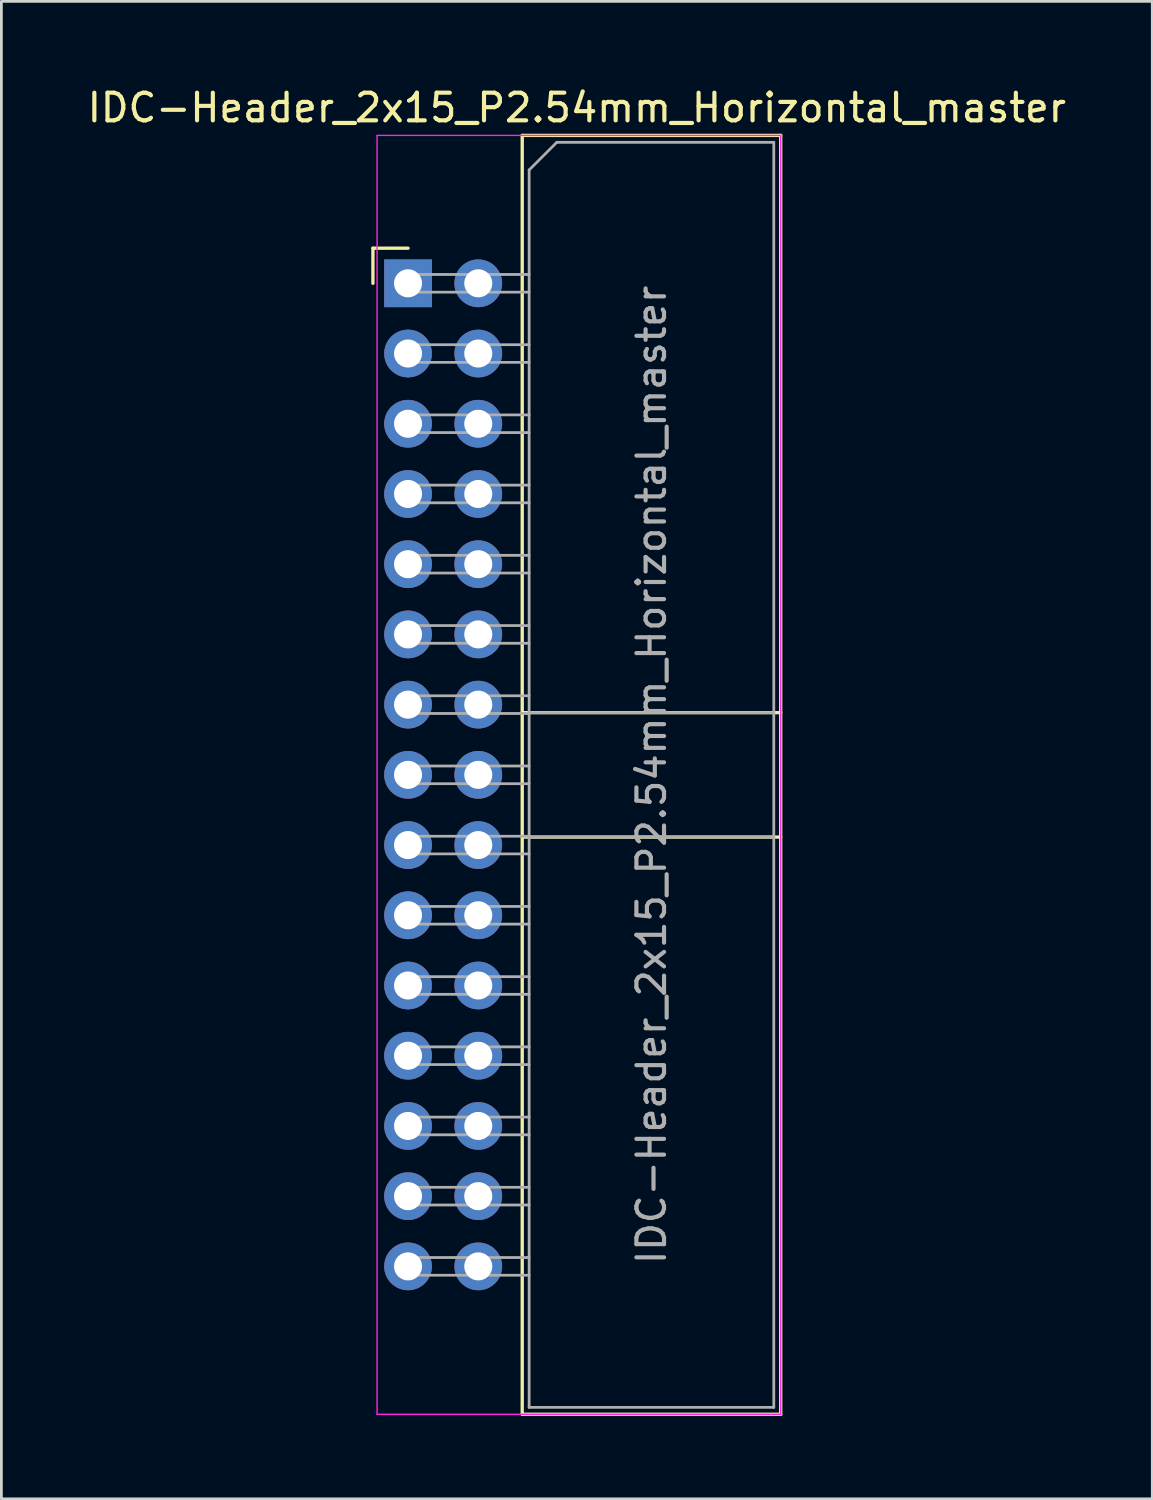
<source format=kicad_pcb>
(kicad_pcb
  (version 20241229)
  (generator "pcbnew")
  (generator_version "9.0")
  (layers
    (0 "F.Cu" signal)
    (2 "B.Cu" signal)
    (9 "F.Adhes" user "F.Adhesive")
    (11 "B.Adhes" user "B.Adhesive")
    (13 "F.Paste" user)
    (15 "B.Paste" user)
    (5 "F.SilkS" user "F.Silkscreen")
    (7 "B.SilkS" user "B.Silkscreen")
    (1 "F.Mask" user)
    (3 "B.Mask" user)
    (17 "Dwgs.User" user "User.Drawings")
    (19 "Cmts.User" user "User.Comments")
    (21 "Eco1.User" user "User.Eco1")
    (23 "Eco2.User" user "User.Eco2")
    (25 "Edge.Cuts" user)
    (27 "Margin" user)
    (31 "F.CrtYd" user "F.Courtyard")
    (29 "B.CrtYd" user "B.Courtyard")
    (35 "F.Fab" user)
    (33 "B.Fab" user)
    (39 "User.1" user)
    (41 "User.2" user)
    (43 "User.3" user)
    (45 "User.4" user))
  (footprint "IDC-Header_2x15_P2.54mm_Horizontal_master"
    (layer "F.Cu")
    (at 11.71 7.198)
    (property "Reference" "IDC-Header_2x15_P2.54mm_Horizontal_master" (at 6.105 -6.35 0) (layer "F.SilkS") (effects (font (size 1 1) (thickness 0.15))))
    (attr through_hole)
    (fp_line (start -1.27 -1.27) (end -1.27 0) (stroke (width 0.12) (type solid)) (layer "F.SilkS"))
    (fp_line (start 0 -1.27) (end -1.27 -1.27) (stroke (width 0.12) (type solid)) (layer "F.SilkS"))
    (fp_line (start 4.13 -5.35) (end 13.48 -5.35) (stroke (width 0.12) (type solid)) (layer "F.SilkS"))
    (fp_line (start 4.13 15.53) (end 13.48 15.53) (stroke (width 0.12) (type solid)) (layer "F.SilkS"))
    (fp_line (start 4.13 20.03) (end 13.48 20.03) (stroke (width 0.12) (type solid)) (layer "F.SilkS"))
    (fp_line (start 4.13 40.91) (end 4.13 -5.35) (stroke (width 0.12) (type solid)) (layer "F.SilkS"))
    (fp_line (start 4.13 40.91) (end 13.48 40.91) (stroke (width 0.12) (type solid)) (layer "F.SilkS"))
    (fp_line (start 13.48 -5.35) (end 13.48 40.91) (stroke (width 0.12) (type solid)) (layer "F.SilkS"))
    (fp_line (start -1.12 -5.35) (end 13.48 -5.35) (stroke (width 0.05) (type solid)) (layer "F.CrtYd"))
    (fp_line (start -1.12 40.91) (end -1.12 -5.35) (stroke (width 0.05) (type solid)) (layer "F.CrtYd"))
    (fp_line (start 13.48 -5.35) (end 13.48 40.91) (stroke (width 0.05) (type solid)) (layer "F.CrtYd"))
    (fp_line (start 13.48 40.91) (end -1.12 40.91) (stroke (width 0.05) (type solid)) (layer "F.CrtYd"))
    (fp_line (start -0.32 -0.32) (end -0.32 0.32) (stroke (width 0.1) (type solid)) (layer "F.Fab"))
    (fp_line (start -0.32 0.32) (end 4.38 0.32) (stroke (width 0.1) (type solid)) (layer "F.Fab"))
    (fp_line (start -0.32 2.22) (end -0.32 2.86) (stroke (width 0.1) (type solid)) (layer "F.Fab"))
    (fp_line (start -0.32 2.86) (end 4.38 2.86) (stroke (width 0.1) (type solid)) (layer "F.Fab"))
    (fp_line (start -0.32 4.76) (end -0.32 5.4) (stroke (width 0.1) (type solid)) (layer "F.Fab"))
    (fp_line (start -0.32 5.4) (end 4.38 5.4) (stroke (width 0.1) (type solid)) (layer "F.Fab"))
    (fp_line (start -0.32 7.3) (end -0.32 7.94) (stroke (width 0.1) (type solid)) (layer "F.Fab"))
    (fp_line (start -0.32 7.94) (end 4.38 7.94) (stroke (width 0.1) (type solid)) (layer "F.Fab"))
    (fp_line (start -0.32 9.84) (end -0.32 10.48) (stroke (width 0.1) (type solid)) (layer "F.Fab"))
    (fp_line (start -0.32 10.48) (end 4.38 10.48) (stroke (width 0.1) (type solid)) (layer "F.Fab"))
    (fp_line (start -0.32 12.38) (end -0.32 13.02) (stroke (width 0.1) (type solid)) (layer "F.Fab"))
    (fp_line (start -0.32 13.02) (end 4.38 13.02) (stroke (width 0.1) (type solid)) (layer "F.Fab"))
    (fp_line (start -0.32 14.92) (end -0.32 15.56) (stroke (width 0.1) (type solid)) (layer "F.Fab"))
    (fp_line (start -0.32 15.56) (end 4.38 15.56) (stroke (width 0.1) (type solid)) (layer "F.Fab"))
    (fp_line (start -0.32 17.46) (end -0.32 18.1) (stroke (width 0.1) (type solid)) (layer "F.Fab"))
    (fp_line (start -0.32 18.1) (end 4.38 18.1) (stroke (width 0.1) (type solid)) (layer "F.Fab"))
    (fp_line (start -0.32 20) (end -0.32 20.64) (stroke (width 0.1) (type solid)) (layer "F.Fab"))
    (fp_line (start -0.32 20.64) (end 4.38 20.64) (stroke (width 0.1) (type solid)) (layer "F.Fab"))
    (fp_line (start -0.32 22.54) (end -0.32 23.18) (stroke (width 0.1) (type solid)) (layer "F.Fab"))
    (fp_line (start -0.32 23.18) (end 4.38 23.18) (stroke (width 0.1) (type solid)) (layer "F.Fab"))
    (fp_line (start -0.32 25.08) (end -0.32 25.72) (stroke (width 0.1) (type solid)) (layer "F.Fab"))
    (fp_line (start -0.32 25.72) (end 4.38 25.72) (stroke (width 0.1) (type solid)) (layer "F.Fab"))
    (fp_line (start -0.32 27.62) (end -0.32 28.26) (stroke (width 0.1) (type solid)) (layer "F.Fab"))
    (fp_line (start -0.32 28.26) (end 4.38 28.26) (stroke (width 0.1) (type solid)) (layer "F.Fab"))
    (fp_line (start -0.32 30.16) (end -0.32 30.8) (stroke (width 0.1) (type solid)) (layer "F.Fab"))
    (fp_line (start -0.32 30.8) (end 4.38 30.8) (stroke (width 0.1) (type solid)) (layer "F.Fab"))
    (fp_line (start -0.32 32.7) (end -0.32 33.34) (stroke (width 0.1) (type solid)) (layer "F.Fab"))
    (fp_line (start -0.32 33.34) (end 4.38 33.34) (stroke (width 0.1) (type solid)) (layer "F.Fab"))
    (fp_line (start -0.32 35.24) (end -0.32 35.88) (stroke (width 0.1) (type solid)) (layer "F.Fab"))
    (fp_line (start -0.32 35.88) (end 4.38 35.88) (stroke (width 0.1) (type solid)) (layer "F.Fab"))
    (fp_line (start 4.38 -4.1) (end 5.38 -5.1) (stroke (width 0.1) (type solid)) (layer "F.Fab"))
    (fp_line (start 4.38 -0.32) (end -0.32 -0.32) (stroke (width 0.1) (type solid)) (layer "F.Fab"))
    (fp_line (start 4.38 2.22) (end -0.32 2.22) (stroke (width 0.1) (type solid)) (layer "F.Fab"))
    (fp_line (start 4.38 4.76) (end -0.32 4.76) (stroke (width 0.1) (type solid)) (layer "F.Fab"))
    (fp_line (start 4.38 7.3) (end -0.32 7.3) (stroke (width 0.1) (type solid)) (layer "F.Fab"))
    (fp_line (start 4.38 9.84) (end -0.32 9.84) (stroke (width 0.1) (type solid)) (layer "F.Fab"))
    (fp_line (start 4.38 12.38) (end -0.32 12.38) (stroke (width 0.1) (type solid)) (layer "F.Fab"))
    (fp_line (start 4.38 14.92) (end -0.32 14.92) (stroke (width 0.1) (type solid)) (layer "F.Fab"))
    (fp_line (start 4.38 15.53) (end 13.23 15.53) (stroke (width 0.1) (type solid)) (layer "F.Fab"))
    (fp_line (start 4.38 17.46) (end -0.32 17.46) (stroke (width 0.1) (type solid)) (layer "F.Fab"))
    (fp_line (start 4.38 20) (end -0.32 20) (stroke (width 0.1) (type solid)) (layer "F.Fab"))
    (fp_line (start 4.38 20.03) (end 13.23 20.03) (stroke (width 0.1) (type solid)) (layer "F.Fab"))
    (fp_line (start 4.38 22.54) (end -0.32 22.54) (stroke (width 0.1) (type solid)) (layer "F.Fab"))
    (fp_line (start 4.38 25.08) (end -0.32 25.08) (stroke (width 0.1) (type solid)) (layer "F.Fab"))
    (fp_line (start 4.38 27.62) (end -0.32 27.62) (stroke (width 0.1) (type solid)) (layer "F.Fab"))
    (fp_line (start 4.38 30.16) (end -0.32 30.16) (stroke (width 0.1) (type solid)) (layer "F.Fab"))
    (fp_line (start 4.38 32.7) (end -0.32 32.7) (stroke (width 0.1) (type solid)) (layer "F.Fab"))
    (fp_line (start 4.38 35.24) (end -0.32 35.24) (stroke (width 0.1) (type solid)) (layer "F.Fab"))
    (fp_line (start 4.38 40.66) (end 4.38 -4.1) (stroke (width 0.1) (type solid)) (layer "F.Fab"))
    (fp_line (start 4.38 40.66) (end 13.23 40.66) (stroke (width 0.1) (type solid)) (layer "F.Fab"))
    (fp_line (start 5.38 -5.1) (end 13.23 -5.1) (stroke (width 0.1) (type solid)) (layer "F.Fab"))
    (fp_line (start 13.23 40.66) (end 13.23 -5.1) (stroke (width 0.1) (type solid)) (layer "F.Fab"))
    (fp_text user "${REFERENCE}" (at 8.805 17.78 90) (layer "F.Fab") (effects (font (size 1 1) (thickness 0.15))))
    (pad "1" thru_hole rect (at 0 0) (size 1.727 1.727) (drill 1.016) (layers "*.Cu" "*.Mask"))
    (pad "2" thru_hole oval (at 2.54 0) (size 1.727 1.727) (drill 1.016) (layers "*.Cu" "*.Mask"))
    (pad "3" thru_hole oval (at 0 2.54) (size 1.727 1.727) (drill 1.016) (layers "*.Cu" "*.Mask"))
    (pad "4" thru_hole oval (at 2.54 2.54) (size 1.727 1.727) (drill 1.016) (layers "*.Cu" "*.Mask"))
    (pad "5" thru_hole oval (at 0 5.08) (size 1.727 1.727) (drill 1.016) (layers "*.Cu" "*.Mask"))
    (pad "6" thru_hole oval (at 2.54 5.08) (size 1.727 1.727) (drill 1.016) (layers "*.Cu" "*.Mask"))
    (pad "7" thru_hole oval (at 0 7.62) (size 1.727 1.727) (drill 1.016) (layers "*.Cu" "*.Mask"))
    (pad "8" thru_hole oval (at 2.54 7.62) (size 1.727 1.727) (drill 1.016) (layers "*.Cu" "*.Mask"))
    (pad "9" thru_hole oval (at 0 10.16) (size 1.727 1.727) (drill 1.016) (layers "*.Cu" "*.Mask"))
    (pad "10" thru_hole oval (at 2.54 10.16) (size 1.727 1.727) (drill 1.016) (layers "*.Cu" "*.Mask"))
    (pad "11" thru_hole oval (at 0 12.7) (size 1.727 1.727) (drill 1.016) (layers "*.Cu" "*.Mask"))
    (pad "12" thru_hole oval (at 2.54 12.7) (size 1.727 1.727) (drill 1.016) (layers "*.Cu" "*.Mask"))
    (pad "13" thru_hole oval (at 0 15.24) (size 1.727 1.727) (drill 1.016) (layers "*.Cu" "*.Mask"))
    (pad "14" thru_hole oval (at 2.54 15.24) (size 1.727 1.727) (drill 1.016) (layers "*.Cu" "*.Mask"))
    (pad "15" thru_hole oval (at 0 17.78) (size 1.727 1.727) (drill 1.016) (layers "*.Cu" "*.Mask"))
    (pad "16" thru_hole oval (at 2.54 17.78) (size 1.727 1.727) (drill 1.016) (layers "*.Cu" "*.Mask"))
    (pad "17" thru_hole oval (at 0 20.32) (size 1.727 1.727) (drill 1.016) (layers "*.Cu" "*.Mask"))
    (pad "18" thru_hole oval (at 2.54 20.32) (size 1.727 1.727) (drill 1.016) (layers "*.Cu" "*.Mask"))
    (pad "19" thru_hole oval (at 0 22.86) (size 1.727 1.727) (drill 1.016) (layers "*.Cu" "*.Mask"))
    (pad "20" thru_hole oval (at 2.54 22.86) (size 1.727 1.727) (drill 1.016) (layers "*.Cu" "*.Mask"))
    (pad "21" thru_hole oval (at 0 25.4) (size 1.727 1.727) (drill 1.016) (layers "*.Cu" "*.Mask"))
    (pad "22" thru_hole oval (at 2.54 25.4) (size 1.727 1.727) (drill 1.016) (layers "*.Cu" "*.Mask"))
    (pad "23" thru_hole oval (at 0 27.94) (size 1.727 1.727) (drill 1.016) (layers "*.Cu" "*.Mask"))
    (pad "24" thru_hole oval (at 2.54 27.94) (size 1.727 1.727) (drill 1.016) (layers "*.Cu" "*.Mask"))
    (pad "25" thru_hole oval (at 0 30.48) (size 1.727 1.727) (drill 1.016) (layers "*.Cu" "*.Mask"))
    (pad "26" thru_hole oval (at 2.54 30.48) (size 1.727 1.727) (drill 1.016) (layers "*.Cu" "*.Mask"))
    (pad "27" thru_hole oval (at 0 33.02) (size 1.727 1.727) (drill 1.016) (layers "*.Cu" "*.Mask"))
    (pad "28" thru_hole oval (at 2.54 33.02) (size 1.727 1.727) (drill 1.016) (layers "*.Cu" "*.Mask"))
    (pad "29" thru_hole oval (at 0 35.56) (size 1.727 1.727) (drill 1.016) (layers "*.Cu" "*.Mask"))
    (pad "30" thru_hole oval (at 2.54 35.56) (size 1.727 1.727) (drill 1.016) (layers "*.Cu" "*.Mask")))
  (gr_rect
    (start -3 -3)
    (end 38.631 51.168)
    (stroke (width 0.1) (type default))
    (fill no)
    (layer "Edge.Cuts")))
</source>
